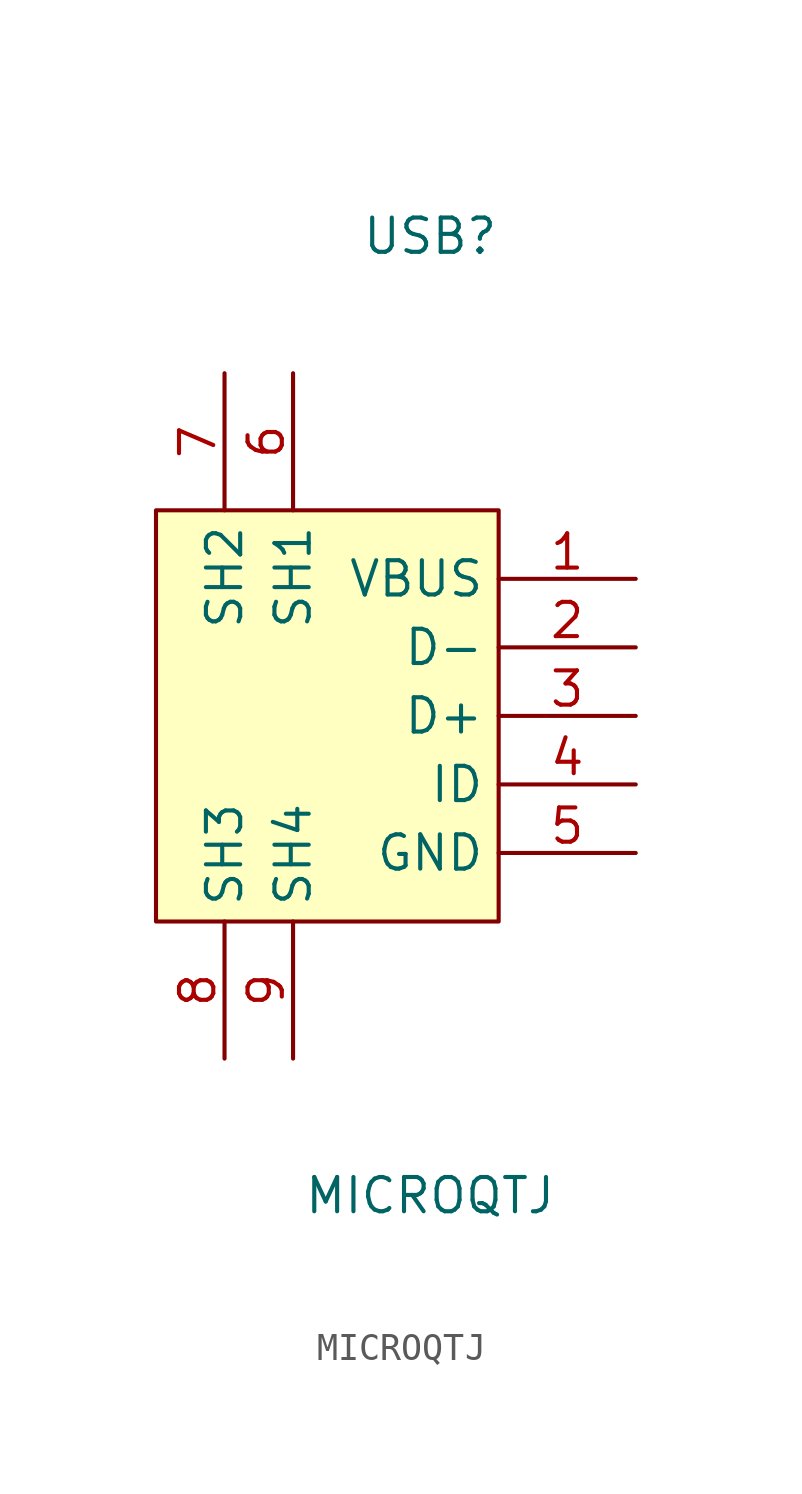
<source format=kicad_sym>
(kicad_symbol_lib
  (version 20241209)
  (generator "kicad_symbol_editor")
  (generator_version "9.0")
  (symbol "MICROQTJ"
    (property "Reference" "USB"
      (at 0 17.78 0)
      (effects (font (size 1.27 1.27))))
    (property "Value" "MICROQTJ"
      (at 0 -17.78 0)
      (effects (font (size 1.27 1.27))))
    (symbol "MICROQTJ_0_1"
      (rectangle (start -10.16 7.62) (end 2.54 -7.62) (stroke (width 0) (type default)) (fill (type background)))
      (pin unspecified line (at -7.62 12.7 270) (length 5.08) (name "SH2" (effects (font (size 1.27 1.27)))) (number "7" (effects (font (size 1.27 1.27)))))
      (pin unspecified line (at -7.62 -12.7 90) (length 5.08) (name "SH3" (effects (font (size 1.27 1.27)))) (number "8" (effects (font (size 1.27 1.27)))))
      (pin unspecified line (at -5.08 12.7 270) (length 5.08) (name "SH1" (effects (font (size 1.27 1.27)))) (number "6" (effects (font (size 1.27 1.27)))))
      (pin unspecified line (at -5.08 -12.7 90) (length 5.08) (name "SH4" (effects (font (size 1.27 1.27)))) (number "9" (effects (font (size 1.27 1.27)))))
      (pin unspecified line (at 7.62 5.08 180) (length 5.08) (name "VBUS" (effects (font (size 1.27 1.27)))) (number "1" (effects (font (size 1.27 1.27)))))
      (pin unspecified line (at 7.62 2.54 180) (length 5.08) (name "D-" (effects (font (size 1.27 1.27)))) (number "2" (effects (font (size 1.27 1.27)))))
      (pin unspecified line (at 7.62 0 180) (length 5.08) (name "D+" (effects (font (size 1.27 1.27)))) (number "3" (effects (font (size 1.27 1.27)))))
      (pin unspecified line (at 7.62 -2.54 180) (length 5.08) (name "ID" (effects (font (size 1.27 1.27)))) (number "4" (effects (font (size 1.27 1.27)))))
      (pin unspecified line (at 7.62 -5.08 180) (length 5.08) (name "GND" (effects (font (size 1.27 1.27)))) (number "5" (effects (font (size 1.27 1.27))))))))
</source>
